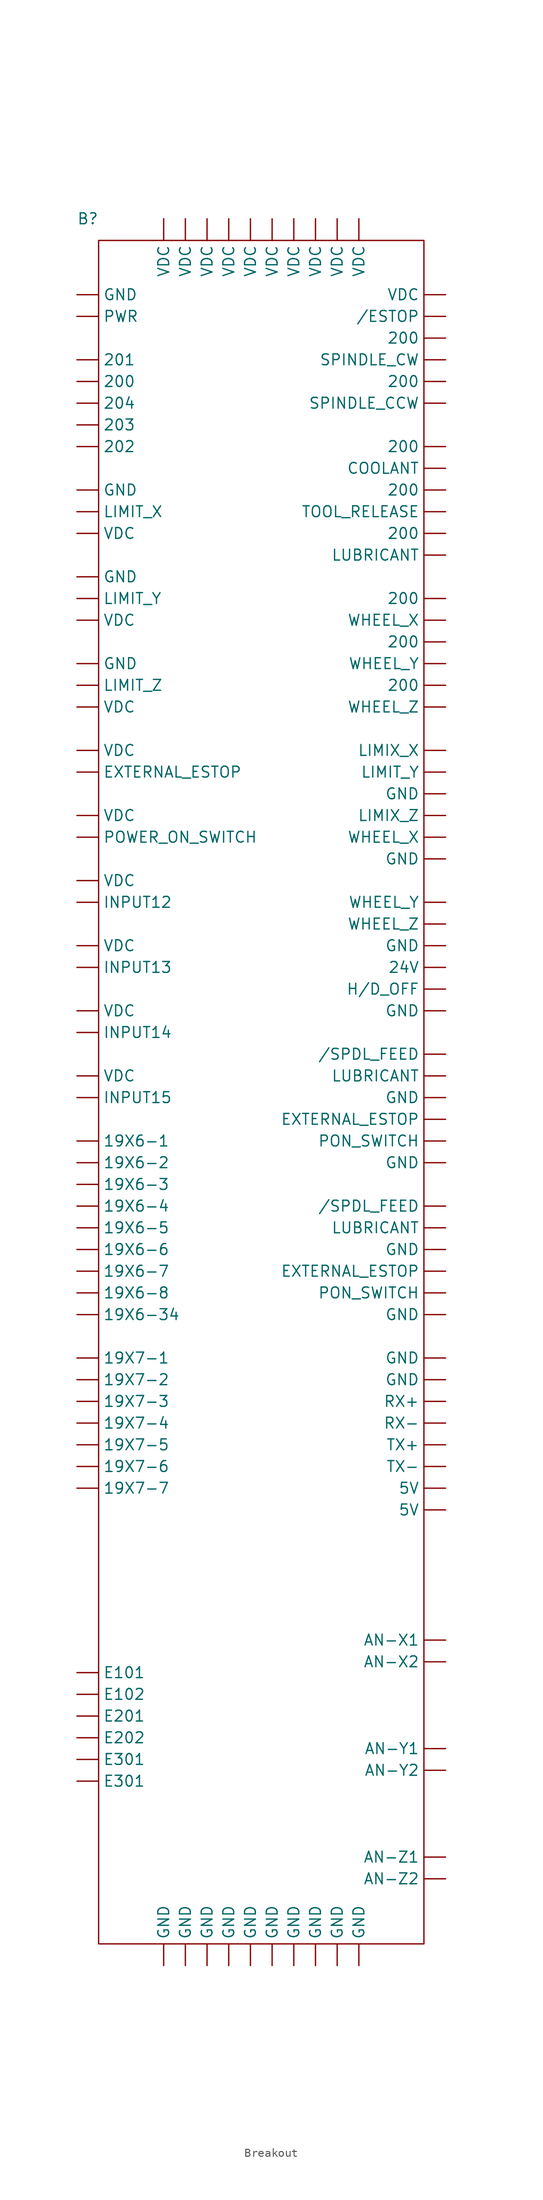
<source format=kicad_sym>
(kicad_symbol_lib
  (version 20220914)
  (generator kicad_symbol_editor)
  (symbol "Breakout"
    (property "Reference" "B"
      (at -20.32 60.96 0)
      (effects (font (size 1.27 1.27))))
    (property "Value" ""
      (at 24.13 -20.32 0)
      (effects (font (size 1.27 1.27))))
    (symbol "Breakout_0_1"
      (rectangle (start -19.05 58.42) (end 19.05 -140.97) (stroke (width 0) (type default)) (fill (type none))))
    (symbol "Breakout_1_1"
      (pin passive line (at 21.59 49.53 180) (length 2.54) (name "/ESTOP" (effects (font (size 1.27 1.27)))) (number "" (effects (font (size 1.27 1.27)))))
      (pin passive line (at 21.59 -54.61 180) (length 2.54) (name "/SPDL_FEED" (effects (font (size 1.27 1.27)))) (number "" (effects (font (size 1.27 1.27)))))
      (pin passive line (at 21.59 -36.83 180) (length 2.54) (name "/SPDL_FEED" (effects (font (size 1.27 1.27)))) (number "" (effects (font (size 1.27 1.27)))))
      (pin passive line (at -21.59 -46.99 0) (length 2.54) (name "19X6-1" (effects (font (size 1.27 1.27)))) (number "" (effects (font (size 1.27 1.27)))))
      (pin passive line (at -21.59 -49.53 0) (length 2.54) (name "19X6-2" (effects (font (size 1.27 1.27)))) (number "" (effects (font (size 1.27 1.27)))))
      (pin passive line (at -21.59 -52.07 0) (length 2.54) (name "19X6-3" (effects (font (size 1.27 1.27)))) (number "" (effects (font (size 1.27 1.27)))))
      (pin passive line (at -21.59 -67.31 0) (length 2.54) (name "19X6-34" (effects (font (size 1.27 1.27)))) (number "" (effects (font (size 1.27 1.27)))))
      (pin passive line (at -21.59 -54.61 0) (length 2.54) (name "19X6-4" (effects (font (size 1.27 1.27)))) (number "" (effects (font (size 1.27 1.27)))))
      (pin passive line (at -21.59 -57.15 0) (length 2.54) (name "19X6-5" (effects (font (size 1.27 1.27)))) (number "" (effects (font (size 1.27 1.27)))))
      (pin passive line (at -21.59 -59.69 0) (length 2.54) (name "19X6-6" (effects (font (size 1.27 1.27)))) (number "" (effects (font (size 1.27 1.27)))))
      (pin passive line (at -21.59 -62.23 0) (length 2.54) (name "19X6-7" (effects (font (size 1.27 1.27)))) (number "" (effects (font (size 1.27 1.27)))))
      (pin passive line (at -21.59 -64.77 0) (length 2.54) (name "19X6-8" (effects (font (size 1.27 1.27)))) (number "" (effects (font (size 1.27 1.27)))))
      (pin passive line (at -21.59 -72.39 0) (length 2.54) (name "19X7-1" (effects (font (size 1.27 1.27)))) (number "" (effects (font (size 1.27 1.27)))))
      (pin passive line (at -21.59 -74.93 0) (length 2.54) (name "19X7-2" (effects (font (size 1.27 1.27)))) (number "" (effects (font (size 1.27 1.27)))))
      (pin passive line (at -21.59 -77.47 0) (length 2.54) (name "19X7-3" (effects (font (size 1.27 1.27)))) (number "" (effects (font (size 1.27 1.27)))))
      (pin passive line (at -21.59 -80.01 0) (length 2.54) (name "19X7-4" (effects (font (size 1.27 1.27)))) (number "" (effects (font (size 1.27 1.27)))))
      (pin passive line (at -21.59 -82.55 0) (length 2.54) (name "19X7-5" (effects (font (size 1.27 1.27)))) (number "" (effects (font (size 1.27 1.27)))))
      (pin passive line (at -21.59 -85.09 0) (length 2.54) (name "19X7-6" (effects (font (size 1.27 1.27)))) (number "" (effects (font (size 1.27 1.27)))))
      (pin passive line (at -21.59 -87.63 0) (length 2.54) (name "19X7-7" (effects (font (size 1.27 1.27)))) (number "" (effects (font (size 1.27 1.27)))))
      (pin passive line (at -21.59 41.91 0) (length 2.54) (name "200" (effects (font (size 1.27 1.27)))) (number "" (effects (font (size 1.27 1.27)))))
      (pin passive line (at 21.59 6.35 180) (length 2.54) (name "200" (effects (font (size 1.27 1.27)))) (number "" (effects (font (size 1.27 1.27)))))
      (pin passive line (at 21.59 11.43 180) (length 2.54) (name "200" (effects (font (size 1.27 1.27)))) (number "" (effects (font (size 1.27 1.27)))))
      (pin passive line (at 21.59 16.51 180) (length 2.54) (name "200" (effects (font (size 1.27 1.27)))) (number "" (effects (font (size 1.27 1.27)))))
      (pin passive line (at 21.59 24.13 180) (length 2.54) (name "200" (effects (font (size 1.27 1.27)))) (number "" (effects (font (size 1.27 1.27)))))
      (pin passive line (at 21.59 29.21 180) (length 2.54) (name "200" (effects (font (size 1.27 1.27)))) (number "" (effects (font (size 1.27 1.27)))))
      (pin passive line (at 21.59 34.29 180) (length 2.54) (name "200" (effects (font (size 1.27 1.27)))) (number "" (effects (font (size 1.27 1.27)))))
      (pin passive line (at 21.59 41.91 180) (length 2.54) (name "200" (effects (font (size 1.27 1.27)))) (number "" (effects (font (size 1.27 1.27)))))
      (pin passive line (at 21.59 46.99 180) (length 2.54) (name "200" (effects (font (size 1.27 1.27)))) (number "" (effects (font (size 1.27 1.27)))))
      (pin passive line (at -21.59 44.45 0) (length 2.54) (name "201" (effects (font (size 1.27 1.27)))) (number "" (effects (font (size 1.27 1.27)))))
      (pin passive line (at -21.59 34.29 0) (length 2.54) (name "202" (effects (font (size 1.27 1.27)))) (number "" (effects (font (size 1.27 1.27)))))
      (pin passive line (at -21.59 36.83 0) (length 2.54) (name "203" (effects (font (size 1.27 1.27)))) (number "" (effects (font (size 1.27 1.27)))))
      (pin passive line (at -21.59 39.37 0) (length 2.54) (name "204" (effects (font (size 1.27 1.27)))) (number "" (effects (font (size 1.27 1.27)))))
      (pin passive line (at 21.59 -26.67 180) (length 2.54) (name "24V" (effects (font (size 1.27 1.27)))) (number "" (effects (font (size 1.27 1.27)))))
      (pin passive line (at 21.59 -90.17 180) (length 2.54) (name "5V" (effects (font (size 1.27 1.27)))) (number "" (effects (font (size 1.27 1.27)))))
      (pin passive line (at 21.59 -87.63 180) (length 2.54) (name "5V" (effects (font (size 1.27 1.27)))) (number "" (effects (font (size 1.27 1.27)))))
      (pin passive line (at 21.59 -105.41 180) (length 2.54) (name "AN-X1" (effects (font (size 1.27 1.27)))) (number "" (effects (font (size 1.27 1.27)))))
      (pin passive line (at 21.59 -107.95 180) (length 2.54) (name "AN-X2" (effects (font (size 1.27 1.27)))) (number "" (effects (font (size 1.27 1.27)))))
      (pin passive line (at 21.59 -118.11 180) (length 2.54) (name "AN-Y1" (effects (font (size 1.27 1.27)))) (number "" (effects (font (size 1.27 1.27)))))
      (pin passive line (at 21.59 -120.65 180) (length 2.54) (name "AN-Y2" (effects (font (size 1.27 1.27)))) (number "" (effects (font (size 1.27 1.27)))))
      (pin passive line (at 21.59 -130.81 180) (length 2.54) (name "AN-Z1" (effects (font (size 1.27 1.27)))) (number "" (effects (font (size 1.27 1.27)))))
      (pin passive line (at 21.59 -133.35 180) (length 2.54) (name "AN-Z2" (effects (font (size 1.27 1.27)))) (number "" (effects (font (size 1.27 1.27)))))
      (pin passive line (at 21.59 31.75 180) (length 2.54) (name "COOLANT" (effects (font (size 1.27 1.27)))) (number "" (effects (font (size 1.27 1.27)))))
      (pin passive line (at -21.59 -109.22 0) (length 2.54) (name "E101" (effects (font (size 1.27 1.27)))) (number "" (effects (font (size 1.27 1.27)))))
      (pin passive line (at -21.59 -111.76 0) (length 2.54) (name "E102" (effects (font (size 1.27 1.27)))) (number "" (effects (font (size 1.27 1.27)))))
      (pin passive line (at -21.59 -114.3 0) (length 2.54) (name "E201" (effects (font (size 1.27 1.27)))) (number "" (effects (font (size 1.27 1.27)))))
      (pin passive line (at -21.59 -116.84 0) (length 2.54) (name "E202" (effects (font (size 1.27 1.27)))) (number "" (effects (font (size 1.27 1.27)))))
      (pin passive line (at -21.59 -121.92 0) (length 2.54) (name "E301" (effects (font (size 1.27 1.27)))) (number "" (effects (font (size 1.27 1.27)))))
      (pin passive line (at -21.59 -119.38 0) (length 2.54) (name "E301" (effects (font (size 1.27 1.27)))) (number "" (effects (font (size 1.27 1.27)))))
      (pin passive line (at -21.59 -3.81 0) (length 2.54) (name "EXTERNAL_ESTOP" (effects (font (size 1.27 1.27)))) (number "" (effects (font (size 1.27 1.27)))))
      (pin passive line (at 21.59 -62.23 180) (length 2.54) (name "EXTERNAL_ESTOP" (effects (font (size 1.27 1.27)))) (number "" (effects (font (size 1.27 1.27)))))
      (pin passive line (at 21.59 -44.45 180) (length 2.54) (name "EXTERNAL_ESTOP" (effects (font (size 1.27 1.27)))) (number "" (effects (font (size 1.27 1.27)))))
      (pin passive line (at -21.59 8.89 0) (length 2.54) (name "GND" (effects (font (size 1.27 1.27)))) (number "" (effects (font (size 1.27 1.27)))))
      (pin passive line (at -21.59 19.05 0) (length 2.54) (name "GND" (effects (font (size 1.27 1.27)))) (number "" (effects (font (size 1.27 1.27)))))
      (pin passive line (at -21.59 29.21 0) (length 2.54) (name "GND" (effects (font (size 1.27 1.27)))) (number "" (effects (font (size 1.27 1.27)))))
      (pin passive line (at -21.59 52.07 0) (length 2.54) (name "GND" (effects (font (size 1.27 1.27)))) (number "" (effects (font (size 1.27 1.27)))))
      (pin passive line (at -11.43 -143.51 90) (length 2.54) (name "GND" (effects (font (size 1.27 1.27)))) (number "" (effects (font (size 1.27 1.27)))))
      (pin passive line (at -8.89 -143.51 90) (length 2.54) (name "GND" (effects (font (size 1.27 1.27)))) (number "" (effects (font (size 1.27 1.27)))))
      (pin passive line (at -6.35 -143.51 90) (length 2.54) (name "GND" (effects (font (size 1.27 1.27)))) (number "" (effects (font (size 1.27 1.27)))))
      (pin passive line (at -3.81 -143.51 90) (length 2.54) (name "GND" (effects (font (size 1.27 1.27)))) (number "" (effects (font (size 1.27 1.27)))))
      (pin passive line (at -1.27 -143.51 90) (length 2.54) (name "GND" (effects (font (size 1.27 1.27)))) (number "" (effects (font (size 1.27 1.27)))))
      (pin passive line (at 1.27 -143.51 90) (length 2.54) (name "GND" (effects (font (size 1.27 1.27)))) (number "" (effects (font (size 1.27 1.27)))))
      (pin passive line (at 3.81 -143.51 90) (length 2.54) (name "GND" (effects (font (size 1.27 1.27)))) (number "" (effects (font (size 1.27 1.27)))))
      (pin passive line (at 6.35 -143.51 90) (length 2.54) (name "GND" (effects (font (size 1.27 1.27)))) (number "" (effects (font (size 1.27 1.27)))))
      (pin passive line (at 8.89 -143.51 90) (length 2.54) (name "GND" (effects (font (size 1.27 1.27)))) (number "" (effects (font (size 1.27 1.27)))))
      (pin passive line (at 11.43 -143.51 90) (length 2.54) (name "GND" (effects (font (size 1.27 1.27)))) (number "" (effects (font (size 1.27 1.27)))))
      (pin passive line (at 21.59 -74.93 180) (length 2.54) (name "GND" (effects (font (size 1.27 1.27)))) (number "" (effects (font (size 1.27 1.27)))))
      (pin passive line (at 21.59 -72.39 180) (length 2.54) (name "GND" (effects (font (size 1.27 1.27)))) (number "" (effects (font (size 1.27 1.27)))))
      (pin passive line (at 21.59 -67.31 180) (length 2.54) (name "GND" (effects (font (size 1.27 1.27)))) (number "" (effects (font (size 1.27 1.27)))))
      (pin passive line (at 21.59 -59.69 180) (length 2.54) (name "GND" (effects (font (size 1.27 1.27)))) (number "" (effects (font (size 1.27 1.27)))))
      (pin passive line (at 21.59 -49.53 180) (length 2.54) (name "GND" (effects (font (size 1.27 1.27)))) (number "" (effects (font (size 1.27 1.27)))))
      (pin passive line (at 21.59 -41.91 180) (length 2.54) (name "GND" (effects (font (size 1.27 1.27)))) (number "" (effects (font (size 1.27 1.27)))))
      (pin passive line (at 21.59 -31.75 180) (length 2.54) (name "GND" (effects (font (size 1.27 1.27)))) (number "" (effects (font (size 1.27 1.27)))))
      (pin passive line (at 21.59 -24.13 180) (length 2.54) (name "GND" (effects (font (size 1.27 1.27)))) (number "" (effects (font (size 1.27 1.27)))))
      (pin passive line (at 21.59 -13.97 180) (length 2.54) (name "GND" (effects (font (size 1.27 1.27)))) (number "" (effects (font (size 1.27 1.27)))))
      (pin passive line (at 21.59 -6.35 180) (length 2.54) (name "GND" (effects (font (size 1.27 1.27)))) (number "" (effects (font (size 1.27 1.27)))))
      (pin passive line (at 21.59 -29.21 180) (length 2.54) (name "H/D_OFF" (effects (font (size 1.27 1.27)))) (number "" (effects (font (size 1.27 1.27)))))
      (pin passive line (at -21.59 -19.05 0) (length 2.54) (name "INPUT12" (effects (font (size 1.27 1.27)))) (number "" (effects (font (size 1.27 1.27)))))
      (pin passive line (at -21.59 -26.67 0) (length 2.54) (name "INPUT13" (effects (font (size 1.27 1.27)))) (number "" (effects (font (size 1.27 1.27)))))
      (pin passive line (at -21.59 -34.29 0) (length 2.54) (name "INPUT14" (effects (font (size 1.27 1.27)))) (number "" (effects (font (size 1.27 1.27)))))
      (pin passive line (at -21.59 -41.91 0) (length 2.54) (name "INPUT15" (effects (font (size 1.27 1.27)))) (number "" (effects (font (size 1.27 1.27)))))
      (pin passive line (at -21.59 26.67 0) (length 2.54) (name "LIMIT_X" (effects (font (size 1.27 1.27)))) (number "" (effects (font (size 1.27 1.27)))))
      (pin passive line (at -21.59 16.51 0) (length 2.54) (name "LIMIT_Y" (effects (font (size 1.27 1.27)))) (number "" (effects (font (size 1.27 1.27)))))
      (pin passive line (at 21.59 -3.81 180) (length 2.54) (name "LIMIT_Y" (effects (font (size 1.27 1.27)))) (number "" (effects (font (size 1.27 1.27)))))
      (pin passive line (at -21.59 6.35 0) (length 2.54) (name "LIMIT_Z" (effects (font (size 1.27 1.27)))) (number "" (effects (font (size 1.27 1.27)))))
      (pin passive line (at 21.59 -1.27 180) (length 2.54) (name "LIMIX_X" (effects (font (size 1.27 1.27)))) (number "" (effects (font (size 1.27 1.27)))))
      (pin passive line (at 21.59 -8.89 180) (length 2.54) (name "LIMIX_Z" (effects (font (size 1.27 1.27)))) (number "" (effects (font (size 1.27 1.27)))))
      (pin passive line (at 21.59 -57.15 180) (length 2.54) (name "LUBRICANT" (effects (font (size 1.27 1.27)))) (number "" (effects (font (size 1.27 1.27)))))
      (pin passive line (at 21.59 -39.37 180) (length 2.54) (name "LUBRICANT" (effects (font (size 1.27 1.27)))) (number "" (effects (font (size 1.27 1.27)))))
      (pin passive line (at 21.59 21.59 180) (length 2.54) (name "LUBRICANT" (effects (font (size 1.27 1.27)))) (number "" (effects (font (size 1.27 1.27)))))
      (pin passive line (at 21.59 -64.77 180) (length 2.54) (name "PON_SWITCH" (effects (font (size 1.27 1.27)))) (number "" (effects (font (size 1.27 1.27)))))
      (pin passive line (at 21.59 -46.99 180) (length 2.54) (name "PON_SWITCH" (effects (font (size 1.27 1.27)))) (number "" (effects (font (size 1.27 1.27)))))
      (pin passive line (at -21.59 -11.43 0) (length 2.54) (name "POWER_ON_SWITCH" (effects (font (size 1.27 1.27)))) (number "" (effects (font (size 1.27 1.27)))))
      (pin passive line (at -21.59 49.53 0) (length 2.54) (name "PWR" (effects (font (size 1.27 1.27)))) (number "" (effects (font (size 1.27 1.27)))))
      (pin passive line (at 21.59 -77.47 180) (length 2.54) (name "RX+" (effects (font (size 1.27 1.27)))) (number "" (effects (font (size 1.27 1.27)))))
      (pin passive line (at 21.59 -80.01 180) (length 2.54) (name "RX-" (effects (font (size 1.27 1.27)))) (number "" (effects (font (size 1.27 1.27)))))
      (pin passive line (at 21.59 39.37 180) (length 2.54) (name "SPINDLE_CCW" (effects (font (size 1.27 1.27)))) (number "" (effects (font (size 1.27 1.27)))))
      (pin passive line (at 21.59 44.45 180) (length 2.54) (name "SPINDLE_CW" (effects (font (size 1.27 1.27)))) (number "" (effects (font (size 1.27 1.27)))))
      (pin passive line (at 21.59 26.67 180) (length 2.54) (name "TOOL_RELEASE" (effects (font (size 1.27 1.27)))) (number "" (effects (font (size 1.27 1.27)))))
      (pin passive line (at 21.59 -82.55 180) (length 2.54) (name "TX+" (effects (font (size 1.27 1.27)))) (number "" (effects (font (size 1.27 1.27)))))
      (pin passive line (at 21.59 -85.09 180) (length 2.54) (name "TX-" (effects (font (size 1.27 1.27)))) (number "" (effects (font (size 1.27 1.27)))))
      (pin passive line (at -21.59 -39.37 0) (length 2.54) (name "VDC" (effects (font (size 1.27 1.27)))) (number "" (effects (font (size 1.27 1.27)))))
      (pin passive line (at -21.59 -31.75 0) (length 2.54) (name "VDC" (effects (font (size 1.27 1.27)))) (number "" (effects (font (size 1.27 1.27)))))
      (pin passive line (at -21.59 -24.13 0) (length 2.54) (name "VDC" (effects (font (size 1.27 1.27)))) (number "" (effects (font (size 1.27 1.27)))))
      (pin passive line (at -21.59 -16.51 0) (length 2.54) (name "VDC" (effects (font (size 1.27 1.27)))) (number "" (effects (font (size 1.27 1.27)))))
      (pin passive line (at -21.59 -8.89 0) (length 2.54) (name "VDC" (effects (font (size 1.27 1.27)))) (number "" (effects (font (size 1.27 1.27)))))
      (pin passive line (at -21.59 -1.27 0) (length 2.54) (name "VDC" (effects (font (size 1.27 1.27)))) (number "" (effects (font (size 1.27 1.27)))))
      (pin passive line (at -21.59 3.81 0) (length 2.54) (name "VDC" (effects (font (size 1.27 1.27)))) (number "" (effects (font (size 1.27 1.27)))))
      (pin passive line (at -21.59 13.97 0) (length 2.54) (name "VDC" (effects (font (size 1.27 1.27)))) (number "" (effects (font (size 1.27 1.27)))))
      (pin passive line (at -21.59 24.13 0) (length 2.54) (name "VDC" (effects (font (size 1.27 1.27)))) (number "" (effects (font (size 1.27 1.27)))))
      (pin passive line (at -11.43 60.96 270) (length 2.54) (name "VDC" (effects (font (size 1.27 1.27)))) (number "" (effects (font (size 1.27 1.27)))))
      (pin passive line (at -8.89 60.96 270) (length 2.54) (name "VDC" (effects (font (size 1.27 1.27)))) (number "" (effects (font (size 1.27 1.27)))))
      (pin passive line (at -6.35 60.96 270) (length 2.54) (name "VDC" (effects (font (size 1.27 1.27)))) (number "" (effects (font (size 1.27 1.27)))))
      (pin passive line (at -3.81 60.96 270) (length 2.54) (name "VDC" (effects (font (size 1.27 1.27)))) (number "" (effects (font (size 1.27 1.27)))))
      (pin passive line (at -1.27 60.96 270) (length 2.54) (name "VDC" (effects (font (size 1.27 1.27)))) (number "" (effects (font (size 1.27 1.27)))))
      (pin passive line (at 1.27 60.96 270) (length 2.54) (name "VDC" (effects (font (size 1.27 1.27)))) (number "" (effects (font (size 1.27 1.27)))))
      (pin passive line (at 3.81 60.96 270) (length 2.54) (name "VDC" (effects (font (size 1.27 1.27)))) (number "" (effects (font (size 1.27 1.27)))))
      (pin passive line (at 6.35 60.96 270) (length 2.54) (name "VDC" (effects (font (size 1.27 1.27)))) (number "" (effects (font (size 1.27 1.27)))))
      (pin passive line (at 8.89 60.96 270) (length 2.54) (name "VDC" (effects (font (size 1.27 1.27)))) (number "" (effects (font (size 1.27 1.27)))))
      (pin passive line (at 11.43 60.96 270) (length 2.54) (name "VDC" (effects (font (size 1.27 1.27)))) (number "" (effects (font (size 1.27 1.27)))))
      (pin passive line (at 21.59 52.07 180) (length 2.54) (name "VDC" (effects (font (size 1.27 1.27)))) (number "" (effects (font (size 1.27 1.27)))))
      (pin passive line (at 21.59 -11.43 180) (length 2.54) (name "WHEEL_X" (effects (font (size 1.27 1.27)))) (number "" (effects (font (size 1.27 1.27)))))
      (pin passive line (at 21.59 13.97 180) (length 2.54) (name "WHEEL_X" (effects (font (size 1.27 1.27)))) (number "" (effects (font (size 1.27 1.27)))))
      (pin passive line (at 21.59 -19.05 180) (length 2.54) (name "WHEEL_Y" (effects (font (size 1.27 1.27)))) (number "" (effects (font (size 1.27 1.27)))))
      (pin passive line (at 21.59 8.89 180) (length 2.54) (name "WHEEL_Y" (effects (font (size 1.27 1.27)))) (number "" (effects (font (size 1.27 1.27)))))
      (pin passive line (at 21.59 -21.59 180) (length 2.54) (name "WHEEL_Z" (effects (font (size 1.27 1.27)))) (number "" (effects (font (size 1.27 1.27)))))
      (pin passive line (at 21.59 3.81 180) (length 2.54) (name "WHEEL_Z" (effects (font (size 1.27 1.27)))) (number "" (effects (font (size 1.27 1.27))))))))
</source>
